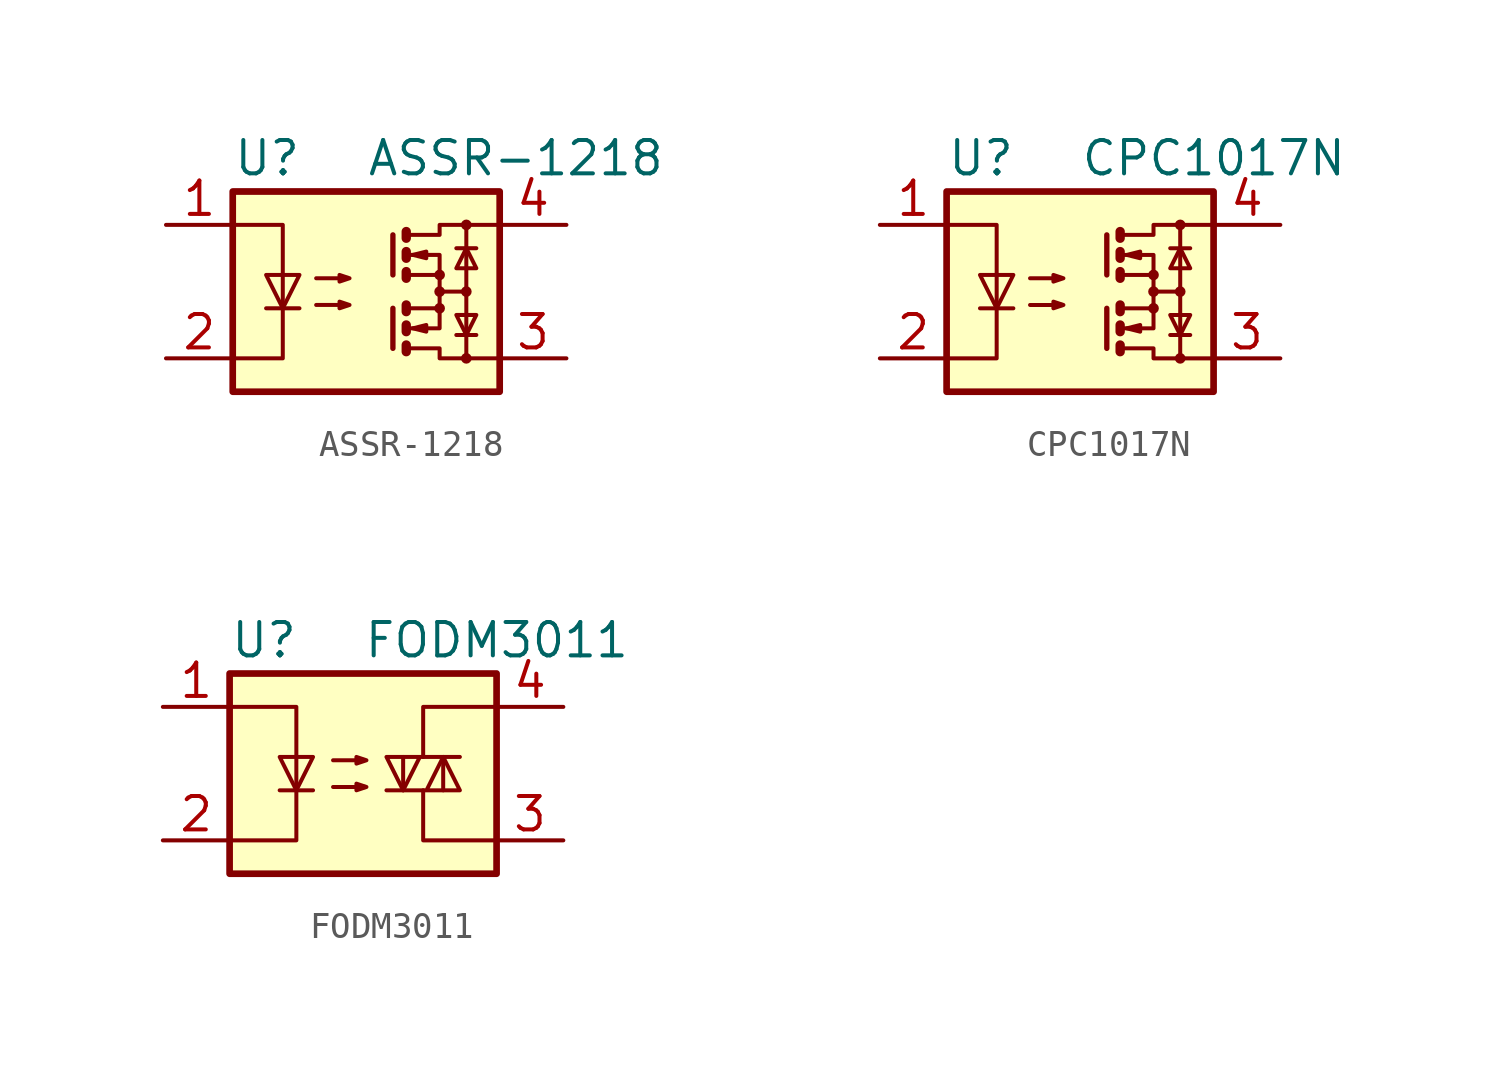
<source format=kicad_sym>
(kicad_symbol_lib
  (version 20211014)
  (generator kicad_symbol_editor)
  (symbol "ASSR-1218"
    (property "Reference" "U"
      (at -5.08 5.08 0)
      (effects (font (size 1.27 1.27)) (justify left)))
    (property "Value" "ASSR-1218"
      (at 0 5.08 0)
      (effects (font (size 1.27 1.27)) (justify left)))
    (symbol "ASSR-1218_0_1"
      (rectangle (start -5.08 3.81) (end 5.08 -3.81) (stroke (width 0.254) (type default) (color 0 0 0 0)) (fill (type background)))
      (polyline (pts (xy -3.81 -0.635) (xy -2.54 -0.635)) (stroke (width 0) (type default) (color 0 0 0 0)) (fill (type none)))
      (polyline (pts (xy 1.016 -0.635) (xy 1.016 -2.159)) (stroke (width 0.203) (type default) (color 0 0 0 0)) (fill (type none)))
      (polyline (pts (xy 1.016 2.159) (xy 1.016 0.635)) (stroke (width 0.203) (type default) (color 0 0 0 0)) (fill (type none)))
      (polyline (pts (xy 1.524 -0.508) (xy 1.524 -0.762)) (stroke (width 0.356) (type default) (color 0 0 0 0)) (fill (type none)))
      (polyline (pts (xy 2.794 0) (xy 3.81 0)) (stroke (width 0) (type default) (color 0 0 0 0)) (fill (type none)))
      (polyline (pts (xy 3.429 -1.651) (xy 4.191 -1.651)) (stroke (width 0) (type default) (color 0 0 0 0)) (fill (type none)))
      (polyline (pts (xy 3.429 1.651) (xy 4.191 1.651)) (stroke (width 0) (type default) (color 0 0 0 0)) (fill (type none)))
      (polyline (pts (xy 3.81 -2.54) (xy 3.81 2.54)) (stroke (width 0) (type default) (color 0 0 0 0)) (fill (type none)))
      (polyline (pts (xy 1.524 -2.032) (xy 1.524 -2.286) (xy 1.524 -2.286)) (stroke (width 0.356) (type default) (color 0 0 0 0)) (fill (type none)))
      (polyline (pts (xy 1.524 -1.27) (xy 1.524 -1.524) (xy 1.524 -1.524)) (stroke (width 0.356) (type default) (color 0 0 0 0)) (fill (type none)))
      (polyline (pts (xy 1.524 0.762) (xy 1.524 0.508) (xy 1.524 0.508)) (stroke (width 0.356) (type default) (color 0 0 0 0)) (fill (type none)))
      (polyline (pts (xy 1.524 1.524) (xy 1.524 1.27) (xy 1.524 1.27)) (stroke (width 0.356) (type default) (color 0 0 0 0)) (fill (type none)))
      (polyline (pts (xy 1.524 2.286) (xy 1.524 2.032) (xy 1.524 2.032)) (stroke (width 0.356) (type default) (color 0 0 0 0)) (fill (type none)))
      (polyline (pts (xy 1.651 -1.397) (xy 2.794 -1.397) (xy 2.794 -0.635)) (stroke (width 0) (type default) (color 0 0 0 0)) (fill (type none)))
      (polyline (pts (xy 1.651 1.397) (xy 2.794 1.397) (xy 2.794 0.635)) (stroke (width 0) (type default) (color 0 0 0 0)) (fill (type none)))
      (polyline (pts (xy -5.08 2.54) (xy -3.175 2.54) (xy -3.175 -2.54) (xy -5.08 -2.54)) (stroke (width 0) (type default) (color 0 0 0 0)) (fill (type none)))
      (polyline (pts (xy -3.175 -0.635) (xy -3.81 0.635) (xy -2.54 0.635) (xy -3.175 -0.635)) (stroke (width 0) (type default) (color 0 0 0 0)) (fill (type none)))
      (polyline (pts (xy 1.651 -2.159) (xy 2.794 -2.159) (xy 2.794 -2.54) (xy 5.08 -2.54)) (stroke (width 0) (type default) (color 0 0 0 0)) (fill (type none)))
      (polyline (pts (xy 1.651 -0.635) (xy 2.794 -0.635) (xy 2.794 0.635) (xy 1.651 0.635)) (stroke (width 0) (type default) (color 0 0 0 0)) (fill (type none)))
      (polyline (pts (xy 1.651 2.159) (xy 2.794 2.159) (xy 2.794 2.54) (xy 5.08 2.54)) (stroke (width 0) (type default) (color 0 0 0 0)) (fill (type none)))
      (polyline (pts (xy 1.778 -1.397) (xy 2.286 -1.27) (xy 2.286 -1.524) (xy 1.778 -1.397)) (stroke (width 0) (type default) (color 0 0 0 0)) (fill (type none)))
      (polyline (pts (xy 1.778 1.397) (xy 2.286 1.524) (xy 2.286 1.27) (xy 1.778 1.397)) (stroke (width 0) (type default) (color 0 0 0 0)) (fill (type none)))
      (polyline (pts (xy 3.81 -1.651) (xy 3.429 -0.889) (xy 4.191 -0.889) (xy 3.81 -1.651)) (stroke (width 0) (type default) (color 0 0 0 0)) (fill (type none)))
      (polyline (pts (xy 3.81 1.651) (xy 3.429 0.889) (xy 4.191 0.889) (xy 3.81 1.651)) (stroke (width 0) (type default) (color 0 0 0 0)) (fill (type none)))
      (polyline (pts (xy -1.905 -0.508) (xy -0.635 -0.508) (xy -1.016 -0.635) (xy -1.016 -0.381) (xy -0.635 -0.508)) (stroke (width 0) (type default) (color 0 0 0 0)) (fill (type none)))
      (polyline (pts (xy -1.905 0.508) (xy -0.635 0.508) (xy -1.016 0.381) (xy -1.016 0.635) (xy -0.635 0.508)) (stroke (width 0) (type default) (color 0 0 0 0)) (fill (type none)))
      (circle (center 2.794 -0.635) (radius 0.127) (stroke (width 0) (type default) (color 0 0 0 0)) (fill (type none)))
      (circle (center 2.794 0) (radius 0.127) (stroke (width 0) (type default) (color 0 0 0 0)) (fill (type none)))
      (circle (center 2.794 0.635) (radius 0.127) (stroke (width 0) (type default) (color 0 0 0 0)) (fill (type none)))
      (circle (center 3.81 -2.54) (radius 0.127) (stroke (width 0) (type default) (color 0 0 0 0)) (fill (type none)))
      (circle (center 3.81 0) (radius 0.127) (stroke (width 0) (type default) (color 0 0 0 0)) (fill (type none)))
      (circle (center 3.81 2.54) (radius 0.127) (stroke (width 0) (type default) (color 0 0 0 0)) (fill (type none))))
    (symbol "ASSR-1218_1_1"
      (pin passive line (at -7.62 2.54 0) (length 2.54) (name "~" (effects (font (size 1.27 1.27)))) (number "1" (effects (font (size 1.27 1.27)))))
      (pin passive line (at -7.62 -2.54 0) (length 2.54) (name "~" (effects (font (size 1.27 1.27)))) (number "2" (effects (font (size 1.27 1.27)))))
      (pin passive line (at 7.62 -2.54 180) (length 2.54) (name "~" (effects (font (size 1.27 1.27)))) (number "3" (effects (font (size 1.27 1.27)))))
      (pin passive line (at 7.62 2.54 180) (length 2.54) (name "~" (effects (font (size 1.27 1.27)))) (number "4" (effects (font (size 1.27 1.27)))))))
  (symbol "CPC1017N"
    (property "Reference" "U"
      (at -5.08 5.08 0)
      (effects (font (size 1.27 1.27)) (justify left)))
    (property "Value" "CPC1017N"
      (at 0 5.08 0)
      (effects (font (size 1.27 1.27)) (justify left)))
    (symbol "CPC1017N_0_1"
      (rectangle (start -5.08 3.81) (end 5.08 -3.81) (stroke (width 0.254) (type default) (color 0 0 0 0)) (fill (type background)))
      (polyline (pts (xy -3.81 -0.635) (xy -2.54 -0.635)) (stroke (width 0) (type default) (color 0 0 0 0)) (fill (type none)))
      (polyline (pts (xy 1.016 -0.635) (xy 1.016 -2.159)) (stroke (width 0.203) (type default) (color 0 0 0 0)) (fill (type none)))
      (polyline (pts (xy 1.016 2.159) (xy 1.016 0.635)) (stroke (width 0.203) (type default) (color 0 0 0 0)) (fill (type none)))
      (polyline (pts (xy 1.524 -0.508) (xy 1.524 -0.762)) (stroke (width 0.356) (type default) (color 0 0 0 0)) (fill (type none)))
      (polyline (pts (xy 2.794 0) (xy 3.81 0)) (stroke (width 0) (type default) (color 0 0 0 0)) (fill (type none)))
      (polyline (pts (xy 3.429 -1.651) (xy 4.191 -1.651)) (stroke (width 0) (type default) (color 0 0 0 0)) (fill (type none)))
      (polyline (pts (xy 3.429 1.651) (xy 4.191 1.651)) (stroke (width 0) (type default) (color 0 0 0 0)) (fill (type none)))
      (polyline (pts (xy 3.81 -2.54) (xy 3.81 2.54)) (stroke (width 0) (type default) (color 0 0 0 0)) (fill (type none)))
      (polyline (pts (xy 1.524 -2.032) (xy 1.524 -2.286) (xy 1.524 -2.286)) (stroke (width 0.356) (type default) (color 0 0 0 0)) (fill (type none)))
      (polyline (pts (xy 1.524 -1.27) (xy 1.524 -1.524) (xy 1.524 -1.524)) (stroke (width 0.356) (type default) (color 0 0 0 0)) (fill (type none)))
      (polyline (pts (xy 1.524 0.762) (xy 1.524 0.508) (xy 1.524 0.508)) (stroke (width 0.356) (type default) (color 0 0 0 0)) (fill (type none)))
      (polyline (pts (xy 1.524 1.524) (xy 1.524 1.27) (xy 1.524 1.27)) (stroke (width 0.356) (type default) (color 0 0 0 0)) (fill (type none)))
      (polyline (pts (xy 1.524 2.286) (xy 1.524 2.032) (xy 1.524 2.032)) (stroke (width 0.356) (type default) (color 0 0 0 0)) (fill (type none)))
      (polyline (pts (xy 1.651 -1.397) (xy 2.794 -1.397) (xy 2.794 -0.635)) (stroke (width 0) (type default) (color 0 0 0 0)) (fill (type none)))
      (polyline (pts (xy 1.651 1.397) (xy 2.794 1.397) (xy 2.794 0.635)) (stroke (width 0) (type default) (color 0 0 0 0)) (fill (type none)))
      (polyline (pts (xy -5.08 2.54) (xy -3.175 2.54) (xy -3.175 -2.54) (xy -5.08 -2.54)) (stroke (width 0) (type default) (color 0 0 0 0)) (fill (type none)))
      (polyline (pts (xy -3.175 -0.635) (xy -3.81 0.635) (xy -2.54 0.635) (xy -3.175 -0.635)) (stroke (width 0) (type default) (color 0 0 0 0)) (fill (type none)))
      (polyline (pts (xy 1.651 -2.159) (xy 2.794 -2.159) (xy 2.794 -2.54) (xy 5.08 -2.54)) (stroke (width 0) (type default) (color 0 0 0 0)) (fill (type none)))
      (polyline (pts (xy 1.651 -0.635) (xy 2.794 -0.635) (xy 2.794 0.635) (xy 1.651 0.635)) (stroke (width 0) (type default) (color 0 0 0 0)) (fill (type none)))
      (polyline (pts (xy 1.651 2.159) (xy 2.794 2.159) (xy 2.794 2.54) (xy 5.08 2.54)) (stroke (width 0) (type default) (color 0 0 0 0)) (fill (type none)))
      (polyline (pts (xy 1.778 -1.397) (xy 2.286 -1.27) (xy 2.286 -1.524) (xy 1.778 -1.397)) (stroke (width 0) (type default) (color 0 0 0 0)) (fill (type none)))
      (polyline (pts (xy 1.778 1.397) (xy 2.286 1.524) (xy 2.286 1.27) (xy 1.778 1.397)) (stroke (width 0) (type default) (color 0 0 0 0)) (fill (type none)))
      (polyline (pts (xy 3.81 -1.651) (xy 3.429 -0.889) (xy 4.191 -0.889) (xy 3.81 -1.651)) (stroke (width 0) (type default) (color 0 0 0 0)) (fill (type none)))
      (polyline (pts (xy 3.81 1.651) (xy 3.429 0.889) (xy 4.191 0.889) (xy 3.81 1.651)) (stroke (width 0) (type default) (color 0 0 0 0)) (fill (type none)))
      (polyline (pts (xy -1.905 -0.508) (xy -0.635 -0.508) (xy -1.016 -0.635) (xy -1.016 -0.381) (xy -0.635 -0.508)) (stroke (width 0) (type default) (color 0 0 0 0)) (fill (type none)))
      (polyline (pts (xy -1.905 0.508) (xy -0.635 0.508) (xy -1.016 0.381) (xy -1.016 0.635) (xy -0.635 0.508)) (stroke (width 0) (type default) (color 0 0 0 0)) (fill (type none)))
      (circle (center 2.794 -0.635) (radius 0.127) (stroke (width 0) (type default) (color 0 0 0 0)) (fill (type none)))
      (circle (center 2.794 0) (radius 0.127) (stroke (width 0) (type default) (color 0 0 0 0)) (fill (type none)))
      (circle (center 2.794 0.635) (radius 0.127) (stroke (width 0) (type default) (color 0 0 0 0)) (fill (type none)))
      (circle (center 3.81 -2.54) (radius 0.127) (stroke (width 0) (type default) (color 0 0 0 0)) (fill (type none)))
      (circle (center 3.81 0) (radius 0.127) (stroke (width 0) (type default) (color 0 0 0 0)) (fill (type none)))
      (circle (center 3.81 2.54) (radius 0.127) (stroke (width 0) (type default) (color 0 0 0 0)) (fill (type none))))
    (symbol "CPC1017N_1_1"
      (pin passive line (at -7.62 2.54 0) (length 2.54) (name "~" (effects (font (size 1.27 1.27)))) (number "1" (effects (font (size 1.27 1.27)))))
      (pin passive line (at -7.62 -2.54 0) (length 2.54) (name "~" (effects (font (size 1.27 1.27)))) (number "2" (effects (font (size 1.27 1.27)))))
      (pin passive line (at 7.62 -2.54 180) (length 2.54) (name "~" (effects (font (size 1.27 1.27)))) (number "3" (effects (font (size 1.27 1.27)))))
      (pin passive line (at 7.62 2.54 180) (length 2.54) (name "~" (effects (font (size 1.27 1.27)))) (number "4" (effects (font (size 1.27 1.27)))))))
  (symbol "FODM3011"
    (property "Reference" "U"
      (at -5.08 5.08 0)
      (effects (font (size 1.27 1.27)) (justify left)))
    (property "Value" "FODM3011"
      (at 0 5.08 0)
      (effects (font (size 1.27 1.27)) (justify left)))
    (symbol "FODM3011_0_1"
      (rectangle (start -5.08 3.81) (end 5.08 -3.81) (stroke (width 0.254) (type default) (color 0 0 0 0)) (fill (type background)))
      (polyline (pts (xy -3.175 -0.635) (xy -1.905 -0.635)) (stroke (width 0) (type default) (color 0 0 0 0)) (fill (type none)))
      (polyline (pts (xy 1.524 -0.635) (xy 1.524 0.635)) (stroke (width 0) (type default) (color 0 0 0 0)) (fill (type none)))
      (polyline (pts (xy 3.048 0.635) (xy 3.048 -0.635)) (stroke (width 0) (type default) (color 0 0 0 0)) (fill (type none)))
      (polyline (pts (xy 2.286 -0.635) (xy 2.286 -2.54) (xy 5.08 -2.54)) (stroke (width 0) (type default) (color 0 0 0 0)) (fill (type none)))
      (polyline (pts (xy 2.286 0.635) (xy 2.286 2.54) (xy 5.08 2.54)) (stroke (width 0) (type default) (color 0 0 0 0)) (fill (type none)))
      (polyline (pts (xy -5.08 2.54) (xy -2.54 2.54) (xy -2.54 -2.54) (xy -5.08 -2.54)) (stroke (width 0) (type default) (color 0 0 0 0)) (fill (type none)))
      (polyline (pts (xy -2.54 -0.635) (xy -3.175 0.635) (xy -1.905 0.635) (xy -2.54 -0.635)) (stroke (width 0) (type default) (color 0 0 0 0)) (fill (type none)))
      (polyline (pts (xy 0.889 -0.635) (xy 3.683 -0.635) (xy 3.048 0.635) (xy 2.413 -0.635)) (stroke (width 0) (type default) (color 0 0 0 0)) (fill (type none)))
      (polyline (pts (xy 3.683 0.635) (xy 0.889 0.635) (xy 1.524 -0.635) (xy 2.159 0.635)) (stroke (width 0) (type default) (color 0 0 0 0)) (fill (type none)))
      (polyline (pts (xy -1.143 -0.508) (xy 0.127 -0.508) (xy -0.254 -0.635) (xy -0.254 -0.381) (xy 0.127 -0.508)) (stroke (width 0) (type default) (color 0 0 0 0)) (fill (type none)))
      (polyline (pts (xy -1.143 0.508) (xy 0.127 0.508) (xy -0.254 0.381) (xy -0.254 0.635) (xy 0.127 0.508)) (stroke (width 0) (type default) (color 0 0 0 0)) (fill (type none))))
    (symbol "FODM3011_1_1"
      (pin passive line (at -7.62 2.54 0) (length 2.54) (name "~" (effects (font (size 1.27 1.27)))) (number "1" (effects (font (size 1.27 1.27)))))
      (pin passive line (at -7.62 -2.54 0) (length 2.54) (name "~" (effects (font (size 1.27 1.27)))) (number "2" (effects (font (size 1.27 1.27)))))
      (pin passive line (at 7.62 -2.54 180) (length 2.54) (name "~" (effects (font (size 1.27 1.27)))) (number "3" (effects (font (size 1.27 1.27)))))
      (pin passive line (at 7.62 2.54 180) (length 2.54) (name "~" (effects (font (size 1.27 1.27)))) (number "4" (effects (font (size 1.27 1.27))))))))
</source>
